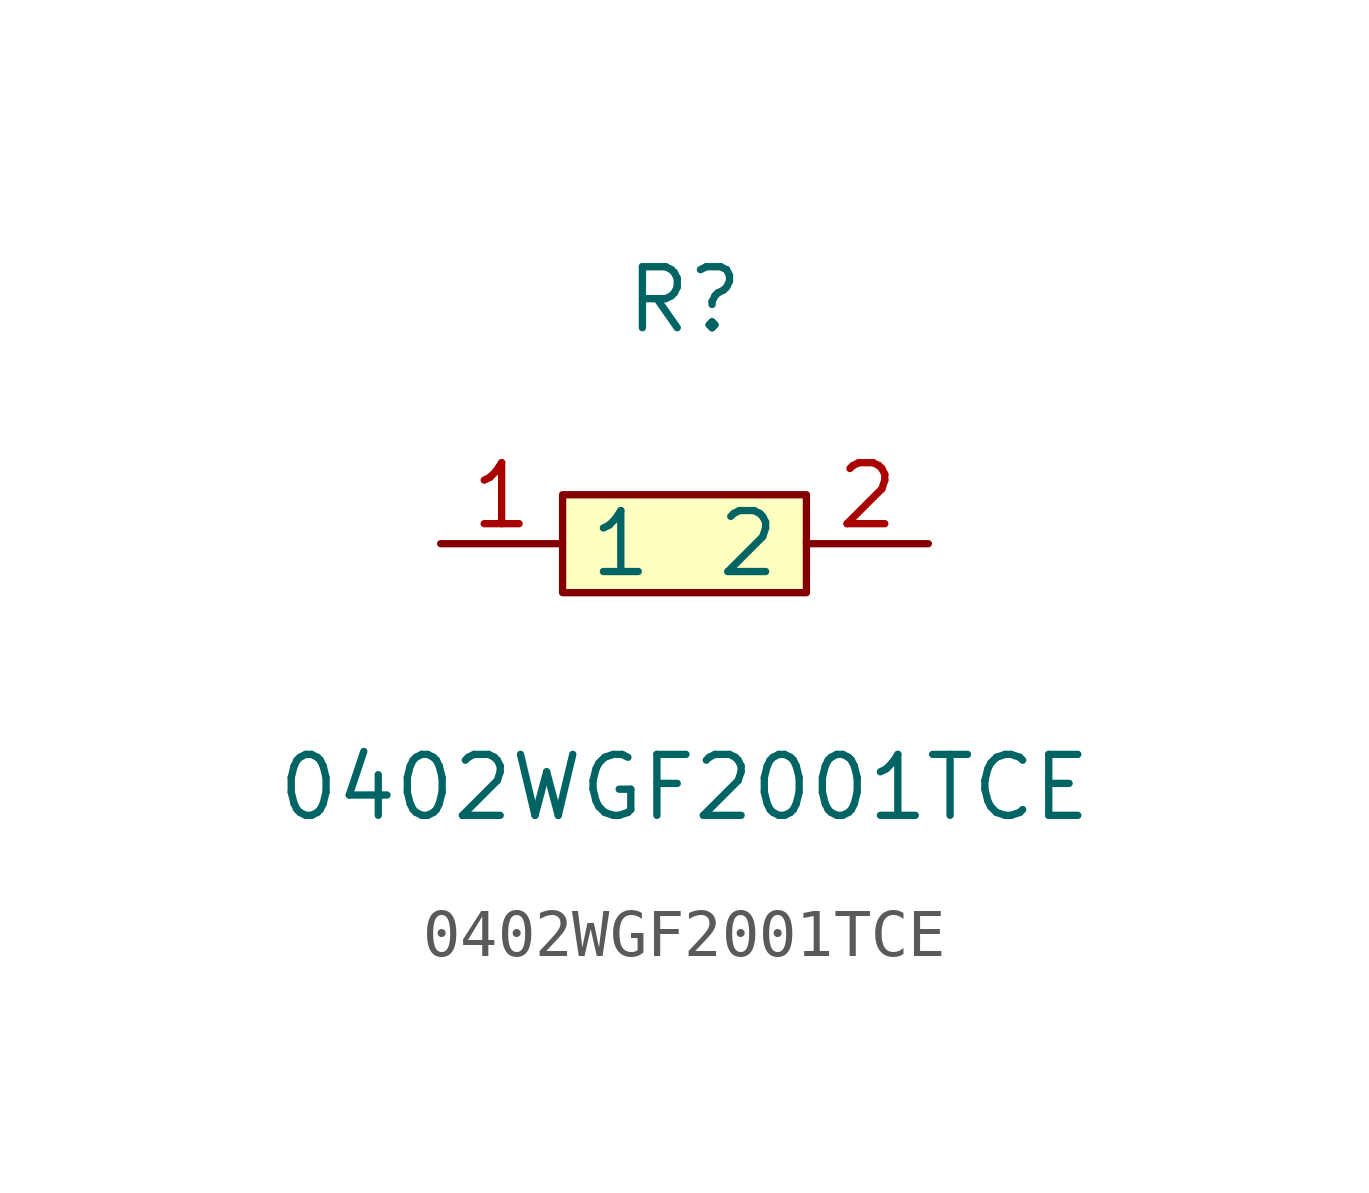
<source format=kicad_sym>
(kicad_symbol_lib
  (version 1)
  (generator "faebryk")
  (symbol "0402WGF2001TCE"
    (property "Reference" "R"
      (at 0 5.08 0)
      (effects (font (size 1.27 1.27)) (hide no)))
    (property "Value" "0402WGF2001TCE"
      (at 0 -5.08 0)
      (effects (font (size 1.27 1.27)) (hide no)))
    (symbol "0402WGF2001TCE_0_1"
      (rectangle (start -2.54 1.02) (end 2.54 -1.02) (stroke (width 0) (type default) (color 0 0 0 0)) (fill (type background)))
      (pin input line (at 5.08 0 180) (length 2.54) (name "2" (effects (font (size 1.27 1.27)) (hide no))) (number "2" (effects (font (size 1.27 1.27)) (hide no))))
      (pin input line (at -5.08 0 0) (length 2.54) (name "1" (effects (font (size 1.27 1.27)) (hide no))) (number "1" (effects (font (size 1.27 1.27)) (hide no)))))))
</source>
